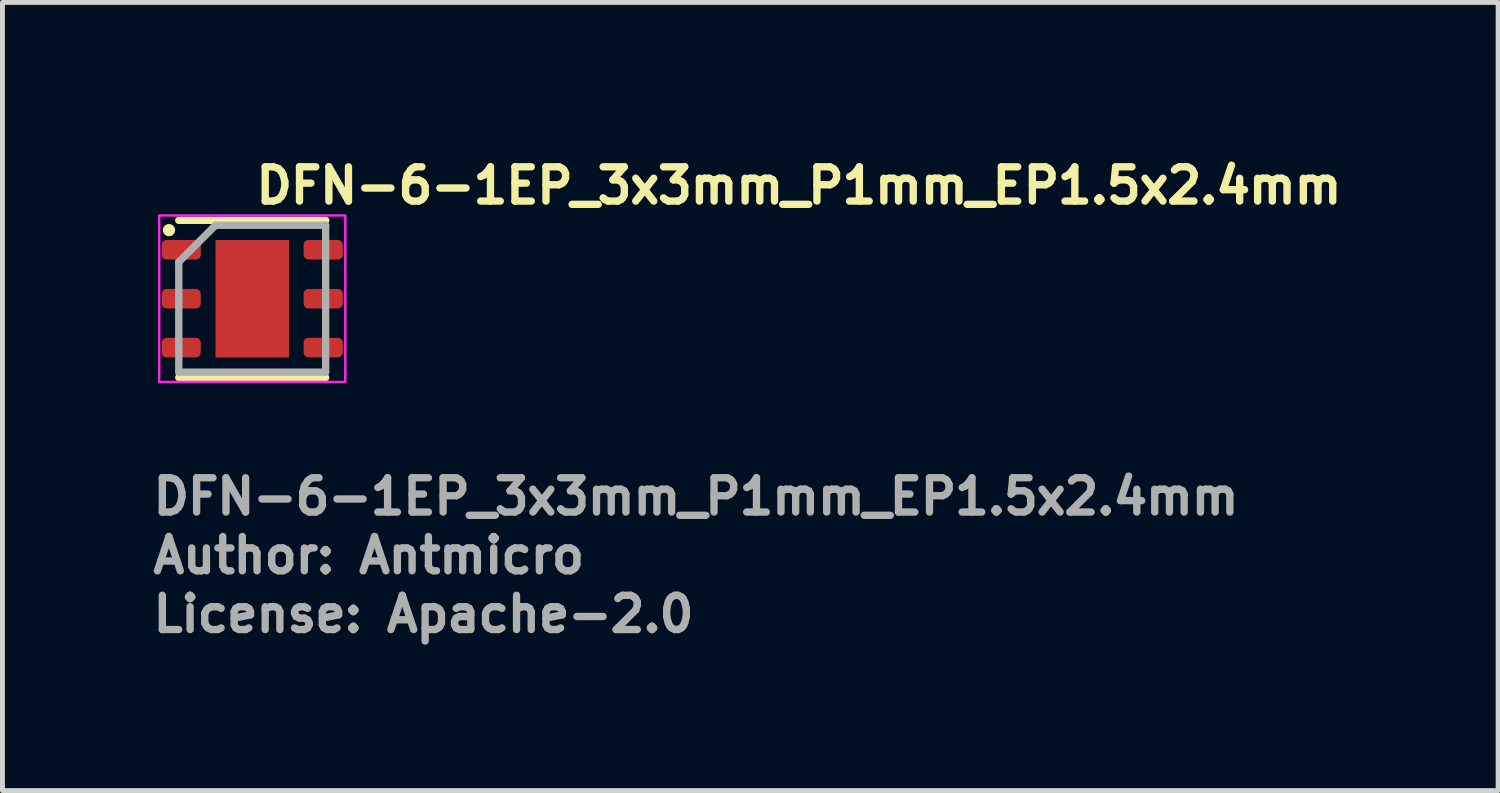
<source format=kicad_pcb>
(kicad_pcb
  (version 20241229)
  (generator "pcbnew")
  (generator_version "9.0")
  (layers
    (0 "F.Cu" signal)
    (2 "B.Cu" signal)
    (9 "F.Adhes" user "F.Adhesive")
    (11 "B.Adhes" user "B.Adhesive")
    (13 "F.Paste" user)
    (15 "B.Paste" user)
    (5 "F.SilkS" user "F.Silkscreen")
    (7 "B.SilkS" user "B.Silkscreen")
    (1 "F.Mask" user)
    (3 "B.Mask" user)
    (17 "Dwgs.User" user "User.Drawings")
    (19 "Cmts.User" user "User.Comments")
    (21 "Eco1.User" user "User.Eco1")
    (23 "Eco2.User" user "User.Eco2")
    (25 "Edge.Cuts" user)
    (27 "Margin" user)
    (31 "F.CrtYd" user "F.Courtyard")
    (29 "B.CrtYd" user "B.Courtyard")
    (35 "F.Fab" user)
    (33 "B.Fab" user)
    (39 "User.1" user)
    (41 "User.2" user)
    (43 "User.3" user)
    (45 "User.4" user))
  (footprint "DFN-6-1EP_3x3mm_P1mm_EP1.5x2.4mm"
    (layer "F.Cu")
    (at 2.101 3.05)
    (property "Reference" "DFN-6-1EP_3x3mm_P1mm_EP1.5x2.4mm" (at 0 -1.9 0) (layer "F.SilkS") (effects (font (size 0.7 0.7) (thickness 0.15)) (justify left bottom)))
    (attr smd)
    (fp_line (start -1.5 -1.6) (end 1.5 -1.6) (stroke (width 0.15) (type solid)) (layer "F.SilkS"))
    (fp_line (start -1.5 1.61) (end 1.499 1.61) (stroke (width 0.15) (type solid)) (layer "F.SilkS"))
    (fp_circle (center -1.7 -1.4) (end -1.65 -1.4) (stroke (width 0.15) (type solid)) (fill yes) (layer "F.SilkS"))
    (fp_rect (start -1.9 -1.7) (end 1.9 1.7) (stroke (width 0.05) (type solid)) (fill no) (layer "F.CrtYd"))
    (fp_line (start -1.5 -0.75) (end -0.75 -1.5) (stroke (width 0.15) (type solid)) (layer "F.Fab"))
    (fp_line (start -1.5 1.499) (end -1.5 -0.75) (stroke (width 0.15) (type solid)) (layer "F.Fab"))
    (fp_line (start -0.75 -1.5) (end 1.499 -1.5) (stroke (width 0.15) (type solid)) (layer "F.Fab"))
    (fp_line (start 1.499 -1.5) (end 1.499 1.499) (stroke (width 0.15) (type solid)) (layer "F.Fab"))
    (fp_line (start 1.499 1.499) (end -1.5 1.499) (stroke (width 0.15) (type solid)) (layer "F.Fab"))
    (fp_rect (start -1.526 -1.5) (end 1.523 1.499) (stroke (width 0.1) (type solid)) (fill no) (layer "User.5"))
    (fp_line (start -1.523 -0.748) (end -1.523 -1.148) (stroke (width 0.02) (type solid)) (layer "User.9"))
    (fp_line (start -1.523 0.202) (end -1.523 -0.2) (stroke (width 0.02) (type solid)) (layer "User.9"))
    (fp_line (start -1.523 1.151) (end -1.523 0.75) (stroke (width 0.02) (type solid)) (layer "User.9"))
    (fp_line (start -1.499 -1.481) (end -1.499 -1.479) (stroke (width 0.02) (type solid)) (layer "User.9"))
    (fp_line (start -1.499 -1.479) (end -1.499 -1.477) (stroke (width 0.02) (type solid)) (layer "User.9"))
    (fp_line (start -1.499 -1.477) (end -1.499 -1.477) (stroke (width 0.02) (type solid)) (layer "User.9"))
    (fp_line (start -1.499 -1.477) (end -1.499 -1.475) (stroke (width 0.02) (type solid)) (layer "User.9"))
    (fp_line (start -1.499 -1.475) (end -1.499 -1.475) (stroke (width 0.02) (type solid)) (layer "User.9"))
    (fp_line (start -1.499 -1.475) (end -1.499 1.476) (stroke (width 0.02) (type solid)) (layer "User.9"))
    (fp_line (start -1.499 -1.148) (end -1.523 -1.148) (stroke (width 0.02) (type solid)) (layer "User.9"))
    (fp_line (start -1.499 -0.748) (end -1.523 -0.748) (stroke (width 0.02) (type solid)) (layer "User.9"))
    (fp_line (start -1.499 -0.2) (end -1.523 -0.2) (stroke (width 0.02) (type solid)) (layer "User.9"))
    (fp_line (start -1.499 0.202) (end -1.523 0.202) (stroke (width 0.02) (type solid)) (layer "User.9"))
    (fp_line (start -1.499 0.75) (end -1.523 0.75) (stroke (width 0.02) (type solid)) (layer "User.9"))
    (fp_line (start -1.499 1.151) (end -1.523 1.151) (stroke (width 0.02) (type solid)) (layer "User.9"))
    (fp_line (start -1.499 1.476) (end -1.499 1.478) (stroke (width 0.02) (type solid)) (layer "User.9"))
    (fp_line (start -1.499 1.478) (end -1.499 1.478) (stroke (width 0.02) (type solid)) (layer "User.9"))
    (fp_line (start -1.499 1.478) (end -1.499 1.48) (stroke (width 0.02) (type solid)) (layer "User.9"))
    (fp_line (start -1.499 1.48) (end -1.499 1.482) (stroke (width 0.02) (type solid)) (layer "User.9"))
    (fp_line (start -1.499 1.482) (end -1.499 1.482) (stroke (width 0.02) (type solid)) (layer "User.9"))
    (fp_line (start -1.499 1.482) (end -1.497 1.484) (stroke (width 0.02) (type solid)) (layer "User.9"))
    (fp_line (start -1.497 -1.485) (end -1.497 -1.483) (stroke (width 0.02) (type solid)) (layer "User.9"))
    (fp_line (start -1.497 -1.483) (end -1.497 -1.483) (stroke (width 0.02) (type solid)) (layer "User.9"))
    (fp_line (start -1.497 -1.483) (end -1.497 -1.481) (stroke (width 0.02) (type solid)) (layer "User.9"))
    (fp_line (start -1.497 -1.481) (end -1.499 -1.481) (stroke (width 0.02) (type solid)) (layer "User.9"))
    (fp_line (start -1.497 1.484) (end -1.497 1.484) (stroke (width 0.02) (type solid)) (layer "User.9"))
    (fp_line (start -1.497 1.484) (end -1.497 1.486) (stroke (width 0.02) (type solid)) (layer "User.9"))
    (fp_line (start -1.497 1.486) (end -1.497 1.486) (stroke (width 0.02) (type solid)) (layer "User.9"))
    (fp_line (start -1.497 1.486) (end -1.495 1.488) (stroke (width 0.02) (type solid)) (layer "User.9"))
    (fp_line (start -1.495 -1.489) (end -1.495 -1.487) (stroke (width 0.02) (type solid)) (layer "User.9"))
    (fp_line (start -1.495 -1.487) (end -1.495 -1.487) (stroke (width 0.02) (type solid)) (layer "User.9"))
    (fp_line (start -1.495 -1.487) (end -1.495 -1.485) (stroke (width 0.02) (type solid)) (layer "User.9"))
    (fp_line (start -1.495 -1.485) (end -1.497 -1.485) (stroke (width 0.02) (type solid)) (layer "User.9"))
    (fp_line (start -1.495 1.488) (end -1.495 1.488) (stroke (width 0.02) (type solid)) (layer "User.9"))
    (fp_line (start -1.495 1.488) (end -1.495 1.49) (stroke (width 0.02) (type solid)) (layer "User.9"))
    (fp_line (start -1.495 1.49) (end -1.495 1.49) (stroke (width 0.02) (type solid)) (layer "User.9"))
    (fp_line (start -1.495 1.49) (end -1.493 1.492) (stroke (width 0.02) (type solid)) (layer "User.9"))
    (fp_line (start -1.493 -1.491) (end -1.493 -1.489) (stroke (width 0.02) (type solid)) (layer "User.9"))
    (fp_line (start -1.493 -1.489) (end -1.495 -1.489) (stroke (width 0.02) (type solid)) (layer "User.9"))
    (fp_line (start -1.493 1.492) (end -1.493 1.492) (stroke (width 0.02) (type solid)) (layer "User.9"))
    (fp_line (start -1.493 1.492) (end -1.491 1.494) (stroke (width 0.02) (type solid)) (layer "User.9"))
    (fp_line (start -1.491 -1.493) (end -1.491 -1.491) (stroke (width 0.02) (type solid)) (layer "User.9"))
    (fp_line (start -1.491 -1.491) (end -1.493 -1.491) (stroke (width 0.02) (type solid)) (layer "User.9"))
    (fp_line (start -1.491 1.494) (end -1.491 1.494) (stroke (width 0.02) (type solid)) (layer "User.9"))
    (fp_line (start -1.491 1.494) (end -1.489 1.496) (stroke (width 0.02) (type solid)) (layer "User.9"))
    (fp_line (start -1.489 -1.495) (end -1.489 -1.493) (stroke (width 0.02) (type solid)) (layer "User.9"))
    (fp_line (start -1.489 -1.493) (end -1.491 -1.493) (stroke (width 0.02) (type solid)) (layer "User.9"))
    (fp_line (start -1.489 1.496) (end -1.489 1.496) (stroke (width 0.02) (type solid)) (layer "User.9"))
    (fp_line (start -1.489 1.496) (end -1.487 1.496) (stroke (width 0.02) (type solid)) (layer "User.9"))
    (fp_line (start -1.487 -1.495) (end -1.489 -1.495) (stroke (width 0.02) (type solid)) (layer "User.9"))
    (fp_line (start -1.487 -1.495) (end -1.487 -1.495) (stroke (width 0.02) (type solid)) (layer "User.9"))
    (fp_line (start -1.487 1.496) (end -1.487 1.498) (stroke (width 0.02) (type solid)) (layer "User.9"))
    (fp_line (start -1.487 1.498) (end -1.485 1.498) (stroke (width 0.02) (type solid)) (layer "User.9"))
    (fp_line (start -1.485 -1.497) (end -1.485 -1.495) (stroke (width 0.02) (type solid)) (layer "User.9"))
    (fp_line (start -1.485 -1.495) (end -1.487 -1.495) (stroke (width 0.02) (type solid)) (layer "User.9"))
    (fp_line (start -1.485 1.498) (end -1.485 1.498) (stroke (width 0.02) (type solid)) (layer "User.9"))
    (fp_line (start -1.485 1.498) (end -1.483 1.5) (stroke (width 0.02) (type solid)) (layer "User.9"))
    (fp_line (start -1.483 -1.497) (end -1.485 -1.497) (stroke (width 0.02) (type solid)) (layer "User.9"))
    (fp_line (start -1.483 -1.497) (end -1.483 -1.497) (stroke (width 0.02) (type solid)) (layer "User.9"))
    (fp_line (start -1.483 1.5) (end -1.483 1.5) (stroke (width 0.02) (type solid)) (layer "User.9"))
    (fp_line (start -1.483 1.5) (end -1.481 1.5) (stroke (width 0.02) (type solid)) (layer "User.9"))
    (fp_line (start -1.481 -1.499) (end -1.481 -1.497) (stroke (width 0.02) (type solid)) (layer "User.9"))
    (fp_line (start -1.481 -1.497) (end -1.483 -1.497) (stroke (width 0.02) (type solid)) (layer "User.9"))
    (fp_line (start -1.481 1.5) (end -1.481 1.5) (stroke (width 0.02) (type solid)) (layer "User.9"))
    (fp_line (start -1.481 1.5) (end -1.479 1.5) (stroke (width 0.02) (type solid)) (layer "User.9"))
    (fp_line (start -1.479 -1.499) (end -1.481 -1.499) (stroke (width 0.02) (type solid)) (layer "User.9"))
    (fp_line (start -1.479 1.5) (end -1.477 1.5) (stroke (width 0.02) (type solid)) (layer "User.9"))
    (fp_line (start -1.477 -1.499) (end -1.479 -1.499) (stroke (width 0.02) (type solid)) (layer "User.9"))
    (fp_line (start -1.477 -1.499) (end -1.477 -1.499) (stroke (width 0.02) (type solid)) (layer "User.9"))
    (fp_line (start -1.477 1.5) (end -1.477 1.5) (stroke (width 0.02) (type solid)) (layer "User.9"))
    (fp_line (start -1.477 1.5) (end -1.475 1.5) (stroke (width 0.02) (type solid)) (layer "User.9"))
    (fp_line (start -1.475 -1.499) (end -1.477 -1.499) (stroke (width 0.02) (type solid)) (layer "User.9"))
    (fp_line (start -1.475 -1.499) (end -1.475 -1.499) (stroke (width 0.02) (type solid)) (layer "User.9"))
    (fp_line (start -1.475 1.5) (end -1.475 1.5) (stroke (width 0.02) (type solid)) (layer "User.9"))
    (fp_line (start -1.324 -0.964) (end -1.324 -0.957) (stroke (width 0.02) (type solid)) (layer "User.9"))
    (fp_line (start -1.324 -0.957) (end -1.324 -0.949) (stroke (width 0.02) (type solid)) (layer "User.9"))
    (fp_line (start -1.324 -0.949) (end -1.324 -0.949) (stroke (width 0.02) (type solid)) (layer "User.9"))
    (fp_line (start -1.324 -0.949) (end -1.324 -0.949) (stroke (width 0.02) (type solid)) (layer "User.9"))
    (fp_line (start -1.324 -0.949) (end -1.324 -0.942) (stroke (width 0.02) (type solid)) (layer "User.9"))
    (fp_line (start -1.324 -0.942) (end -1.324 -0.934) (stroke (width 0.02) (type solid)) (layer "User.9"))
    (fp_line (start -1.324 -0.934) (end -1.322 -0.927) (stroke (width 0.02) (type solid)) (layer "User.9"))
    (fp_line (start -1.322 -0.971) (end -1.324 -0.964) (stroke (width 0.02) (type solid)) (layer "User.9"))
    (fp_line (start -1.322 -0.927) (end -1.32 -0.919) (stroke (width 0.02) (type solid)) (layer "User.9"))
    (fp_line (start -1.32 -0.986) (end -1.32 -0.979) (stroke (width 0.02) (type solid)) (layer "User.9"))
    (fp_line (start -1.32 -0.979) (end -1.322 -0.971) (stroke (width 0.02) (type solid)) (layer "User.9"))
    (fp_line (start -1.32 -0.919) (end -1.32 -0.912) (stroke (width 0.02) (type solid)) (layer "User.9"))
    (fp_line (start -1.32 -0.912) (end -1.318 -0.905) (stroke (width 0.02) (type solid)) (layer "User.9"))
    (fp_line (start -1.318 -0.993) (end -1.32 -0.986) (stroke (width 0.02) (type solid)) (layer "User.9"))
    (fp_line (start -1.318 -0.905) (end -1.314 -0.898) (stroke (width 0.02) (type solid)) (layer "User.9"))
    (fp_line (start -1.314 -1.001) (end -1.318 -0.993) (stroke (width 0.02) (type solid)) (layer "User.9"))
    (fp_line (start -1.314 -0.898) (end -1.312 -0.89) (stroke (width 0.02) (type solid)) (layer "User.9"))
    (fp_line (start -1.312 -1.007) (end -1.314 -1.001) (stroke (width 0.02) (type solid)) (layer "User.9"))
    (fp_line (start -1.312 -0.89) (end -1.31 -0.883) (stroke (width 0.02) (type solid)) (layer "User.9"))
    (fp_line (start -1.31 -1.015) (end -1.312 -1.007) (stroke (width 0.02) (type solid)) (layer "User.9"))
    (fp_line (start -1.31 -0.883) (end -1.306 -0.877) (stroke (width 0.02) (type solid)) (layer "User.9"))
    (fp_line (start -1.306 -1.021) (end -1.31 -1.015) (stroke (width 0.02) (type solid)) (layer "User.9"))
    (fp_line (start -1.306 -0.877) (end -1.302 -0.871) (stroke (width 0.02) (type solid)) (layer "User.9"))
    (fp_line (start -1.302 -1.026) (end -1.306 -1.021) (stroke (width 0.02) (type solid)) (layer "User.9"))
    (fp_line (start -1.302 -0.871) (end -1.298 -0.865) (stroke (width 0.02) (type solid)) (layer "User.9"))
    (fp_line (start -1.298 -1.032) (end -1.302 -1.026) (stroke (width 0.02) (type solid)) (layer "User.9"))
    (fp_line (start -1.298 -0.865) (end -1.294 -0.859) (stroke (width 0.02) (type solid)) (layer "User.9"))
    (fp_line (start -1.294 -1.038) (end -1.298 -1.032) (stroke (width 0.02) (type solid)) (layer "User.9"))
    (fp_line (start -1.294 -0.859) (end -1.29 -0.853) (stroke (width 0.02) (type solid)) (layer "User.9"))
    (fp_line (start -1.29 -1.044) (end -1.294 -1.038) (stroke (width 0.02) (type solid)) (layer "User.9"))
    (fp_line (start -1.29 -0.853) (end -1.286 -0.848) (stroke (width 0.02) (type solid)) (layer "User.9"))
    (fp_line (start -1.286 -1.05) (end -1.29 -1.044) (stroke (width 0.02) (type solid)) (layer "User.9"))
    (fp_line (start -1.286 -0.848) (end -1.28 -0.842) (stroke (width 0.02) (type solid)) (layer "User.9"))
    (fp_line (start -1.28 -1.056) (end -1.286 -1.05) (stroke (width 0.02) (type solid)) (layer "User.9"))
    (fp_line (start -1.28 -0.842) (end -1.275 -0.837) (stroke (width 0.02) (type solid)) (layer "User.9"))
    (fp_line (start -1.275 -1.06) (end -1.28 -1.056) (stroke (width 0.02) (type solid)) (layer "User.9"))
    (fp_line (start -1.275 -0.837) (end -1.269 -0.833) (stroke (width 0.02) (type solid)) (layer "User.9"))
    (fp_line (start -1.269 -1.064) (end -1.275 -1.06) (stroke (width 0.02) (type solid)) (layer "User.9"))
    (fp_line (start -1.269 -0.833) (end -1.263 -0.829) (stroke (width 0.02) (type solid)) (layer "User.9"))
    (fp_line (start -1.263 -1.07) (end -1.269 -1.064) (stroke (width 0.02) (type solid)) (layer "User.9"))
    (fp_line (start -1.263 -0.829) (end -1.257 -0.825) (stroke (width 0.02) (type solid)) (layer "User.9"))
    (fp_line (start -1.257 -1.074) (end -1.263 -1.07) (stroke (width 0.02) (type solid)) (layer "User.9"))
    (fp_line (start -1.257 -0.825) (end -1.251 -0.821) (stroke (width 0.02) (type solid)) (layer "User.9"))
    (fp_line (start -1.251 -1.078) (end -1.257 -1.074) (stroke (width 0.02) (type solid)) (layer "User.9"))
    (fp_line (start -1.251 -0.821) (end -1.245 -0.818) (stroke (width 0.02) (type solid)) (layer "User.9"))
    (fp_line (start -1.245 -1.08) (end -1.251 -1.078) (stroke (width 0.02) (type solid)) (layer "User.9"))
    (fp_line (start -1.245 -0.818) (end -1.239 -0.814) (stroke (width 0.02) (type solid)) (layer "User.9"))
    (fp_line (start -1.239 -1.084) (end -1.245 -1.08) (stroke (width 0.02) (type solid)) (layer "User.9"))
    (fp_line (start -1.239 -0.814) (end -1.233 -0.811) (stroke (width 0.02) (type solid)) (layer "User.9"))
    (fp_line (start -1.233 -1.088) (end -1.239 -1.084) (stroke (width 0.02) (type solid)) (layer "User.9"))
    (fp_line (start -1.233 -0.811) (end -1.225 -0.809) (stroke (width 0.02) (type solid)) (layer "User.9"))
    (fp_line (start -1.225 -1.09) (end -1.233 -1.088) (stroke (width 0.02) (type solid)) (layer "User.9"))
    (fp_line (start -1.225 -0.809) (end -1.219 -0.806) (stroke (width 0.02) (type solid)) (layer "User.9"))
    (fp_line (start -1.219 -1.092) (end -1.225 -1.09) (stroke (width 0.02) (type solid)) (layer "User.9"))
    (fp_line (start -1.219 -0.806) (end -1.211 -0.804) (stroke (width 0.02) (type solid)) (layer "User.9"))
    (fp_line (start -1.211 -1.094) (end -1.219 -1.092) (stroke (width 0.02) (type solid)) (layer "User.9"))
    (fp_line (start -1.211 -0.804) (end -1.205 -0.803) (stroke (width 0.02) (type solid)) (layer "User.9"))
    (fp_line (start -1.205 -1.096) (end -1.211 -1.094) (stroke (width 0.02) (type solid)) (layer "User.9"))
    (fp_line (start -1.205 -0.803) (end -1.197 -0.801) (stroke (width 0.02) (type solid)) (layer "User.9"))
    (fp_line (start -1.197 -1.098) (end -1.205 -1.096) (stroke (width 0.02) (type solid)) (layer "User.9"))
    (fp_line (start -1.197 -0.801) (end -1.189 -0.8) (stroke (width 0.02) (type solid)) (layer "User.9"))
    (fp_line (start -1.189 -1.098) (end -1.197 -1.098) (stroke (width 0.02) (type solid)) (layer "User.9"))
    (fp_line (start -1.189 -0.8) (end -1.181 -0.8) (stroke (width 0.02) (type solid)) (layer "User.9"))
    (fp_line (start -1.181 -1.098) (end -1.189 -1.098) (stroke (width 0.02) (type solid)) (layer "User.9"))
    (fp_line (start -1.181 -0.8) (end -1.175 -0.8) (stroke (width 0.02) (type solid)) (layer "User.9"))
    (fp_line (start -1.175 -1.1) (end -1.181 -1.098) (stroke (width 0.02) (type solid)) (layer "User.9"))
    (fp_line (start -1.175 -1.1) (end -1.175 -1.1) (stroke (width 0.02) (type solid)) (layer "User.9"))
    (fp_line (start -1.175 -0.8) (end -1.175 -0.8) (stroke (width 0.02) (type solid)) (layer "User.9"))
    (fp_line (start -1.175 -0.8) (end -1.167 -0.8) (stroke (width 0.02) (type solid)) (layer "User.9"))
    (fp_line (start -1.167 -1.098) (end -1.175 -1.1) (stroke (width 0.02) (type solid)) (layer "User.9"))
    (fp_line (start -1.167 -0.8) (end -1.159 -0.8) (stroke (width 0.02) (type solid)) (layer "User.9"))
    (fp_line (start -1.159 -1.098) (end -1.167 -1.098) (stroke (width 0.02) (type solid)) (layer "User.9"))
    (fp_line (start -1.159 -0.8) (end -1.152 -0.801) (stroke (width 0.02) (type solid)) (layer "User.9"))
    (fp_line (start -1.152 -1.098) (end -1.159 -1.098) (stroke (width 0.02) (type solid)) (layer "User.9"))
    (fp_line (start -1.152 -0.801) (end -1.144 -0.803) (stroke (width 0.02) (type solid)) (layer "User.9"))
    (fp_line (start -1.144 -1.096) (end -1.152 -1.098) (stroke (width 0.02) (type solid)) (layer "User.9"))
    (fp_line (start -1.144 -0.803) (end -1.136 -0.804) (stroke (width 0.02) (type solid)) (layer "User.9"))
    (fp_line (start -1.136 -1.094) (end -1.144 -1.096) (stroke (width 0.02) (type solid)) (layer "User.9"))
    (fp_line (start -1.136 -0.804) (end -1.13 -0.806) (stroke (width 0.02) (type solid)) (layer "User.9"))
    (fp_line (start -1.13 -1.092) (end -1.136 -1.094) (stroke (width 0.02) (type solid)) (layer "User.9"))
    (fp_line (start -1.13 -0.806) (end -1.122 -0.809) (stroke (width 0.02) (type solid)) (layer "User.9"))
    (fp_line (start -1.122 -1.09) (end -1.13 -1.092) (stroke (width 0.02) (type solid)) (layer "User.9"))
    (fp_line (start -1.122 -0.809) (end -1.116 -0.811) (stroke (width 0.02) (type solid)) (layer "User.9"))
    (fp_line (start -1.116 -1.088) (end -1.122 -1.09) (stroke (width 0.02) (type solid)) (layer "User.9"))
    (fp_line (start -1.116 -0.811) (end -1.108 -0.814) (stroke (width 0.02) (type solid)) (layer "User.9"))
    (fp_line (start -1.108 -1.084) (end -1.116 -1.088) (stroke (width 0.02) (type solid)) (layer "User.9"))
    (fp_line (start -1.108 -0.814) (end -1.102 -0.818) (stroke (width 0.02) (type solid)) (layer "User.9"))
    (fp_line (start -1.102 -1.08) (end -1.108 -1.084) (stroke (width 0.02) (type solid)) (layer "User.9"))
    (fp_line (start -1.102 -0.818) (end -1.096 -0.821) (stroke (width 0.02) (type solid)) (layer "User.9"))
    (fp_line (start -1.096 -1.078) (end -1.102 -1.08) (stroke (width 0.02) (type solid)) (layer "User.9"))
    (fp_line (start -1.096 -0.821) (end -1.09 -0.825) (stroke (width 0.02) (type solid)) (layer "User.9"))
    (fp_line (start -1.09 -1.074) (end -1.096 -1.078) (stroke (width 0.02) (type solid)) (layer "User.9"))
    (fp_line (start -1.09 -0.825) (end -1.084 -0.829) (stroke (width 0.02) (type solid)) (layer "User.9"))
    (fp_line (start -1.084 -1.07) (end -1.09 -1.074) (stroke (width 0.02) (type solid)) (layer "User.9"))
    (fp_line (start -1.084 -0.829) (end -1.078 -0.833) (stroke (width 0.02) (type solid)) (layer "User.9"))
    (fp_line (start -1.078 -1.064) (end -1.084 -1.07) (stroke (width 0.02) (type solid)) (layer "User.9"))
    (fp_line (start -1.078 -0.833) (end -1.074 -0.837) (stroke (width 0.02) (type solid)) (layer "User.9"))
    (fp_line (start -1.074 -1.06) (end -1.078 -1.064) (stroke (width 0.02) (type solid)) (layer "User.9"))
    (fp_line (start -1.074 -0.837) (end -1.068 -0.842) (stroke (width 0.02) (type solid)) (layer "User.9"))
    (fp_line (start -1.068 -1.056) (end -1.074 -1.06) (stroke (width 0.02) (type solid)) (layer "User.9"))
    (fp_line (start -1.068 -0.842) (end -1.062 -0.848) (stroke (width 0.02) (type solid)) (layer "User.9"))
    (fp_line (start -1.062 -1.05) (end -1.068 -1.056) (stroke (width 0.02) (type solid)) (layer "User.9"))
    (fp_line (start -1.062 -0.848) (end -1.058 -0.853) (stroke (width 0.02) (type solid)) (layer "User.9"))
    (fp_line (start -1.058 -1.044) (end -1.062 -1.05) (stroke (width 0.02) (type solid)) (layer "User.9"))
    (fp_line (start -1.058 -0.853) (end -1.054 -0.859) (stroke (width 0.02) (type solid)) (layer "User.9"))
    (fp_line (start -1.054 -1.038) (end -1.058 -1.044) (stroke (width 0.02) (type solid)) (layer "User.9"))
    (fp_line (start -1.054 -0.859) (end -1.05 -0.865) (stroke (width 0.02) (type solid)) (layer "User.9"))
    (fp_line (start -1.05 -1.032) (end -1.054 -1.038) (stroke (width 0.02) (type solid)) (layer "User.9"))
    (fp_line (start -1.05 -0.865) (end -1.046 -0.871) (stroke (width 0.02) (type solid)) (layer "User.9"))
    (fp_line (start -1.046 -1.026) (end -1.05 -1.032) (stroke (width 0.02) (type solid)) (layer "User.9"))
    (fp_line (start -1.046 -0.871) (end -1.042 -0.877) (stroke (width 0.02) (type solid)) (layer "User.9"))
    (fp_line (start -1.042 -1.021) (end -1.046 -1.026) (stroke (width 0.02) (type solid)) (layer "User.9"))
    (fp_line (start -1.042 -0.877) (end -1.038 -0.883) (stroke (width 0.02) (type solid)) (layer "User.9"))
    (fp_line (start -1.038 -1.015) (end -1.042 -1.021) (stroke (width 0.02) (type solid)) (layer "User.9"))
    (fp_line (start -1.038 -0.883) (end -1.036 -0.89) (stroke (width 0.02) (type solid)) (layer "User.9"))
    (fp_line (start -1.036 -1.007) (end -1.038 -1.015) (stroke (width 0.02) (type solid)) (layer "User.9"))
    (fp_line (start -1.036 -0.89) (end -1.034 -0.898) (stroke (width 0.02) (type solid)) (layer "User.9"))
    (fp_line (start -1.034 -1.001) (end -1.036 -1.007) (stroke (width 0.02) (type solid)) (layer "User.9"))
    (fp_line (start -1.034 -0.898) (end -1.03 -0.905) (stroke (width 0.02) (type solid)) (layer "User.9"))
    (fp_line (start -1.03 -0.993) (end -1.034 -1.001) (stroke (width 0.02) (type solid)) (layer "User.9"))
    (fp_line (start -1.03 -0.905) (end -1.028 -0.912) (stroke (width 0.02) (type solid)) (layer "User.9"))
    (fp_line (start -1.028 -0.986) (end -1.03 -0.993) (stroke (width 0.02) (type solid)) (layer "User.9"))
    (fp_line (start -1.028 -0.979) (end -1.028 -0.986) (stroke (width 0.02) (type solid)) (layer "User.9"))
    (fp_line (start -1.028 -0.919) (end -1.026 -0.927) (stroke (width 0.02) (type solid)) (layer "User.9"))
    (fp_line (start -1.028 -0.912) (end -1.028 -0.919) (stroke (width 0.02) (type solid)) (layer "User.9"))
    (fp_line (start -1.026 -0.971) (end -1.028 -0.979) (stroke (width 0.02) (type solid)) (layer "User.9"))
    (fp_line (start -1.026 -0.927) (end -1.024 -0.934) (stroke (width 0.02) (type solid)) (layer "User.9"))
    (fp_line (start -1.024 -0.964) (end -1.026 -0.971) (stroke (width 0.02) (type solid)) (layer "User.9"))
    (fp_line (start -1.024 -0.957) (end -1.024 -0.964) (stroke (width 0.02) (type solid)) (layer "User.9"))
    (fp_line (start -1.024 -0.949) (end -1.024 -0.957) (stroke (width 0.02) (type solid)) (layer "User.9"))
    (fp_line (start -1.024 -0.949) (end -1.024 -0.949) (stroke (width 0.02) (type solid)) (layer "User.9"))
    (fp_line (start -1.024 -0.942) (end -1.024 -0.949) (stroke (width 0.02) (type solid)) (layer "User.9"))
    (fp_line (start -1.024 -0.934) (end -1.024 -0.942) (stroke (width 0.02) (type solid)) (layer "User.9"))
    (fp_line (start 1.476 -1.499) (end -1.475 -1.499) (stroke (width 0.02) (type solid)) (layer "User.9"))
    (fp_line (start 1.476 1.5) (end -1.475 1.5) (stroke (width 0.02) (type solid)) (layer "User.9"))
    (fp_line (start 1.476 1.5) (end 1.478 1.5) (stroke (width 0.02) (type solid)) (layer "User.9"))
    (fp_line (start 1.478 -1.499) (end 1.476 -1.499) (stroke (width 0.02) (type solid)) (layer "User.9"))
    (fp_line (start 1.478 -1.499) (end 1.478 -1.499) (stroke (width 0.02) (type solid)) (layer "User.9"))
    (fp_line (start 1.478 1.5) (end 1.478 1.5) (stroke (width 0.02) (type solid)) (layer "User.9"))
    (fp_line (start 1.478 1.5) (end 1.48 1.5) (stroke (width 0.02) (type solid)) (layer "User.9"))
    (fp_line (start 1.48 -1.499) (end 1.478 -1.499) (stroke (width 0.02) (type solid)) (layer "User.9"))
    (fp_line (start 1.48 1.5) (end 1.482 1.5) (stroke (width 0.02) (type solid)) (layer "User.9"))
    (fp_line (start 1.482 -1.499) (end 1.48 -1.499) (stroke (width 0.02) (type solid)) (layer "User.9"))
    (fp_line (start 1.482 -1.499) (end 1.482 -1.499) (stroke (width 0.02) (type solid)) (layer "User.9"))
    (fp_line (start 1.482 1.5) (end 1.482 1.5) (stroke (width 0.02) (type solid)) (layer "User.9"))
    (fp_line (start 1.482 1.5) (end 1.484 1.5) (stroke (width 0.02) (type solid)) (layer "User.9"))
    (fp_line (start 1.484 -1.497) (end 1.482 -1.499) (stroke (width 0.02) (type solid)) (layer "User.9"))
    (fp_line (start 1.484 -1.497) (end 1.484 -1.497) (stroke (width 0.02) (type solid)) (layer "User.9"))
    (fp_line (start 1.484 1.5) (end 1.484 1.5) (stroke (width 0.02) (type solid)) (layer "User.9"))
    (fp_line (start 1.484 1.5) (end 1.486 1.5) (stroke (width 0.02) (type solid)) (layer "User.9"))
    (fp_line (start 1.486 -1.497) (end 1.484 -1.497) (stroke (width 0.02) (type solid)) (layer "User.9"))
    (fp_line (start 1.486 -1.497) (end 1.486 -1.497) (stroke (width 0.02) (type solid)) (layer "User.9"))
    (fp_line (start 1.486 1.498) (end 1.488 1.498) (stroke (width 0.02) (type solid)) (layer "User.9"))
    (fp_line (start 1.486 1.5) (end 1.486 1.498) (stroke (width 0.02) (type solid)) (layer "User.9"))
    (fp_line (start 1.488 -1.495) (end 1.486 -1.497) (stroke (width 0.02) (type solid)) (layer "User.9"))
    (fp_line (start 1.488 -1.495) (end 1.488 -1.495) (stroke (width 0.02) (type solid)) (layer "User.9"))
    (fp_line (start 1.488 1.498) (end 1.488 1.498) (stroke (width 0.02) (type solid)) (layer "User.9"))
    (fp_line (start 1.488 1.498) (end 1.49 1.496) (stroke (width 0.02) (type solid)) (layer "User.9"))
    (fp_line (start 1.49 -1.495) (end 1.488 -1.495) (stroke (width 0.02) (type solid)) (layer "User.9"))
    (fp_line (start 1.49 -1.495) (end 1.49 -1.495) (stroke (width 0.02) (type solid)) (layer "User.9"))
    (fp_line (start 1.49 1.496) (end 1.49 1.496) (stroke (width 0.02) (type solid)) (layer "User.9"))
    (fp_line (start 1.49 1.496) (end 1.492 1.496) (stroke (width 0.02) (type solid)) (layer "User.9"))
    (fp_line (start 1.492 -1.493) (end 1.49 -1.495) (stroke (width 0.02) (type solid)) (layer "User.9"))
    (fp_line (start 1.492 -1.493) (end 1.492 -1.493) (stroke (width 0.02) (type solid)) (layer "User.9"))
    (fp_line (start 1.492 1.494) (end 1.494 1.494) (stroke (width 0.02) (type solid)) (layer "User.9"))
    (fp_line (start 1.492 1.496) (end 1.492 1.494) (stroke (width 0.02) (type solid)) (layer "User.9"))
    (fp_line (start 1.494 -1.491) (end 1.492 -1.493) (stroke (width 0.02) (type solid)) (layer "User.9"))
    (fp_line (start 1.494 -1.491) (end 1.494 -1.491) (stroke (width 0.02) (type solid)) (layer "User.9"))
    (fp_line (start 1.494 1.492) (end 1.496 1.492) (stroke (width 0.02) (type solid)) (layer "User.9"))
    (fp_line (start 1.494 1.494) (end 1.494 1.492) (stroke (width 0.02) (type solid)) (layer "User.9"))
    (fp_line (start 1.496 -1.489) (end 1.494 -1.491) (stroke (width 0.02) (type solid)) (layer "User.9"))
    (fp_line (start 1.496 -1.489) (end 1.496 -1.489) (stroke (width 0.02) (type solid)) (layer "User.9"))
    (fp_line (start 1.496 -1.487) (end 1.496 -1.489) (stroke (width 0.02) (type solid)) (layer "User.9"))
    (fp_line (start 1.496 1.49) (end 1.496 1.49) (stroke (width 0.02) (type solid)) (layer "User.9"))
    (fp_line (start 1.496 1.49) (end 1.498 1.488) (stroke (width 0.02) (type solid)) (layer "User.9"))
    (fp_line (start 1.496 1.492) (end 1.496 1.49) (stroke (width 0.02) (type solid)) (layer "User.9"))
    (fp_line (start 1.498 -1.487) (end 1.496 -1.487) (stroke (width 0.02) (type solid)) (layer "User.9"))
    (fp_line (start 1.498 -1.485) (end 1.498 -1.487) (stroke (width 0.02) (type solid)) (layer "User.9"))
    (fp_line (start 1.498 -1.485) (end 1.498 -1.485) (stroke (width 0.02) (type solid)) (layer "User.9"))
    (fp_line (start 1.498 1.486) (end 1.5 1.486) (stroke (width 0.02) (type solid)) (layer "User.9"))
    (fp_line (start 1.498 1.488) (end 1.498 1.486) (stroke (width 0.02) (type solid)) (layer "User.9"))
    (fp_line (start 1.498 1.488) (end 1.498 1.488) (stroke (width 0.02) (type solid)) (layer "User.9"))
    (fp_line (start 1.5 -1.483) (end 1.498 -1.485) (stroke (width 0.02) (type solid)) (layer "User.9"))
    (fp_line (start 1.5 -1.483) (end 1.5 -1.483) (stroke (width 0.02) (type solid)) (layer "User.9"))
    (fp_line (start 1.5 -1.481) (end 1.5 -1.483) (stroke (width 0.02) (type solid)) (layer "User.9"))
    (fp_line (start 1.5 -1.481) (end 1.5 -1.481) (stroke (width 0.02) (type solid)) (layer "User.9"))
    (fp_line (start 1.5 -1.479) (end 1.5 -1.481) (stroke (width 0.02) (type solid)) (layer "User.9"))
    (fp_line (start 1.5 -1.477) (end 1.5 -1.479) (stroke (width 0.02) (type solid)) (layer "User.9"))
    (fp_line (start 1.5 -1.477) (end 1.5 -1.477) (stroke (width 0.02) (type solid)) (layer "User.9"))
    (fp_line (start 1.5 -1.475) (end 1.5 -1.477) (stroke (width 0.02) (type solid)) (layer "User.9"))
    (fp_line (start 1.5 -1.475) (end 1.5 -1.475) (stroke (width 0.02) (type solid)) (layer "User.9"))
    (fp_line (start 1.5 -1.475) (end 1.5 1.476) (stroke (width 0.02) (type solid)) (layer "User.9"))
    (fp_line (start 1.5 -1.148) (end 1.526 -1.148) (stroke (width 0.02) (type solid)) (layer "User.9"))
    (fp_line (start 1.5 -0.748) (end 1.526 -0.748) (stroke (width 0.02) (type solid)) (layer "User.9"))
    (fp_line (start 1.5 -0.2) (end 1.526 -0.2) (stroke (width 0.02) (type solid)) (layer "User.9"))
    (fp_line (start 1.5 0.202) (end 1.526 0.202) (stroke (width 0.02) (type solid)) (layer "User.9"))
    (fp_line (start 1.5 0.75) (end 1.526 0.75) (stroke (width 0.02) (type solid)) (layer "User.9"))
    (fp_line (start 1.5 1.151) (end 1.526 1.151) (stroke (width 0.02) (type solid)) (layer "User.9"))
    (fp_line (start 1.5 1.478) (end 1.5 1.476) (stroke (width 0.02) (type solid)) (layer "User.9"))
    (fp_line (start 1.5 1.478) (end 1.5 1.478) (stroke (width 0.02) (type solid)) (layer "User.9"))
    (fp_line (start 1.5 1.48) (end 1.5 1.478) (stroke (width 0.02) (type solid)) (layer "User.9"))
    (fp_line (start 1.5 1.482) (end 1.5 1.48) (stroke (width 0.02) (type solid)) (layer "User.9"))
    (fp_line (start 1.5 1.482) (end 1.5 1.482) (stroke (width 0.02) (type solid)) (layer "User.9"))
    (fp_line (start 1.5 1.484) (end 1.5 1.482) (stroke (width 0.02) (type solid)) (layer "User.9"))
    (fp_line (start 1.5 1.484) (end 1.5 1.484) (stroke (width 0.02) (type solid)) (layer "User.9"))
    (fp_line (start 1.5 1.486) (end 1.5 1.484) (stroke (width 0.02) (type solid)) (layer "User.9"))
    (fp_line (start 1.526 -0.748) (end 1.526 -1.148) (stroke (width 0.02) (type solid)) (layer "User.9"))
    (fp_line (start 1.526 0.202) (end 1.526 -0.2) (stroke (width 0.02) (type solid)) (layer "User.9"))
    (fp_line (start 1.526 1.151) (end 1.526 0.75) (stroke (width 0.02) (type solid)) (layer "User.9"))
    (fp_text user "Author: Antmicro" (at -2.101 5.65 0) (layer "F.Fab") (effects (font (size 0.7 0.7) (thickness 0.15)) (justify left bottom)))
    (fp_text user "${REFERENCE}" (at -2.101 4.45 0) (layer "F.Fab") (effects (font (size 0.7 0.7) (thickness 0.15)) (justify left bottom)))
    (fp_text user "License: Apache-2.0" (at -2.101 6.85 0) (layer "F.Fab") (effects (font (size 0.7 0.7) (thickness 0.15)) (justify left bottom)))
    (pad "" smd roundrect (at -0.375 -0.6) (size 0.6 0.97) (layers "F.Paste") (roundrect_rratio 0.25))
    (pad "" smd roundrect (at -0.375 0.598) (size 0.6 0.97) (layers "F.Paste") (roundrect_rratio 0.25))
    (pad "" smd roundrect (at 0.373 -0.6) (size 0.6 0.97) (layers "F.Paste") (roundrect_rratio 0.25))
    (pad "" smd roundrect (at 0.373 0.598) (size 0.6 0.97) (layers "F.Paste") (roundrect_rratio 0.25))
    (pad "1" smd roundrect (at -1.45 -1) (size 0.8 0.4) (layers "F.Cu" "F.Mask" "F.Paste") (roundrect_rratio 0.25))
    (pad "2" smd roundrect (at -1.45 0) (size 0.8 0.4) (layers "F.Cu" "F.Mask" "F.Paste") (roundrect_rratio 0.25))
    (pad "3" smd roundrect (at -1.45 0.998) (size 0.8 0.4) (layers "F.Cu" "F.Mask" "F.Paste") (roundrect_rratio 0.25))
    (pad "4" smd roundrect (at 1.449 0.998) (size 0.8 0.4) (layers "F.Cu" "F.Mask" "F.Paste") (roundrect_rratio 0.25))
    (pad "5" smd roundrect (at 1.449 0) (size 0.8 0.4) (layers "F.Cu" "F.Mask" "F.Paste") (roundrect_rratio 0.25))
    (pad "6" smd roundrect (at 1.449 -1) (size 0.8 0.4) (layers "F.Cu" "F.Mask" "F.Paste") (roundrect_rratio 0.25))
    (pad "7" smd rect (at 0 0) (size 1.5 2.4) (layers "F.Cu" "F.Mask")))
  (gr_rect
    (start -3 -3)
    (end 27.544 13.095)
    (stroke (width 0.1) (type default))
    (fill no)
    (layer "Edge.Cuts")))
</source>
